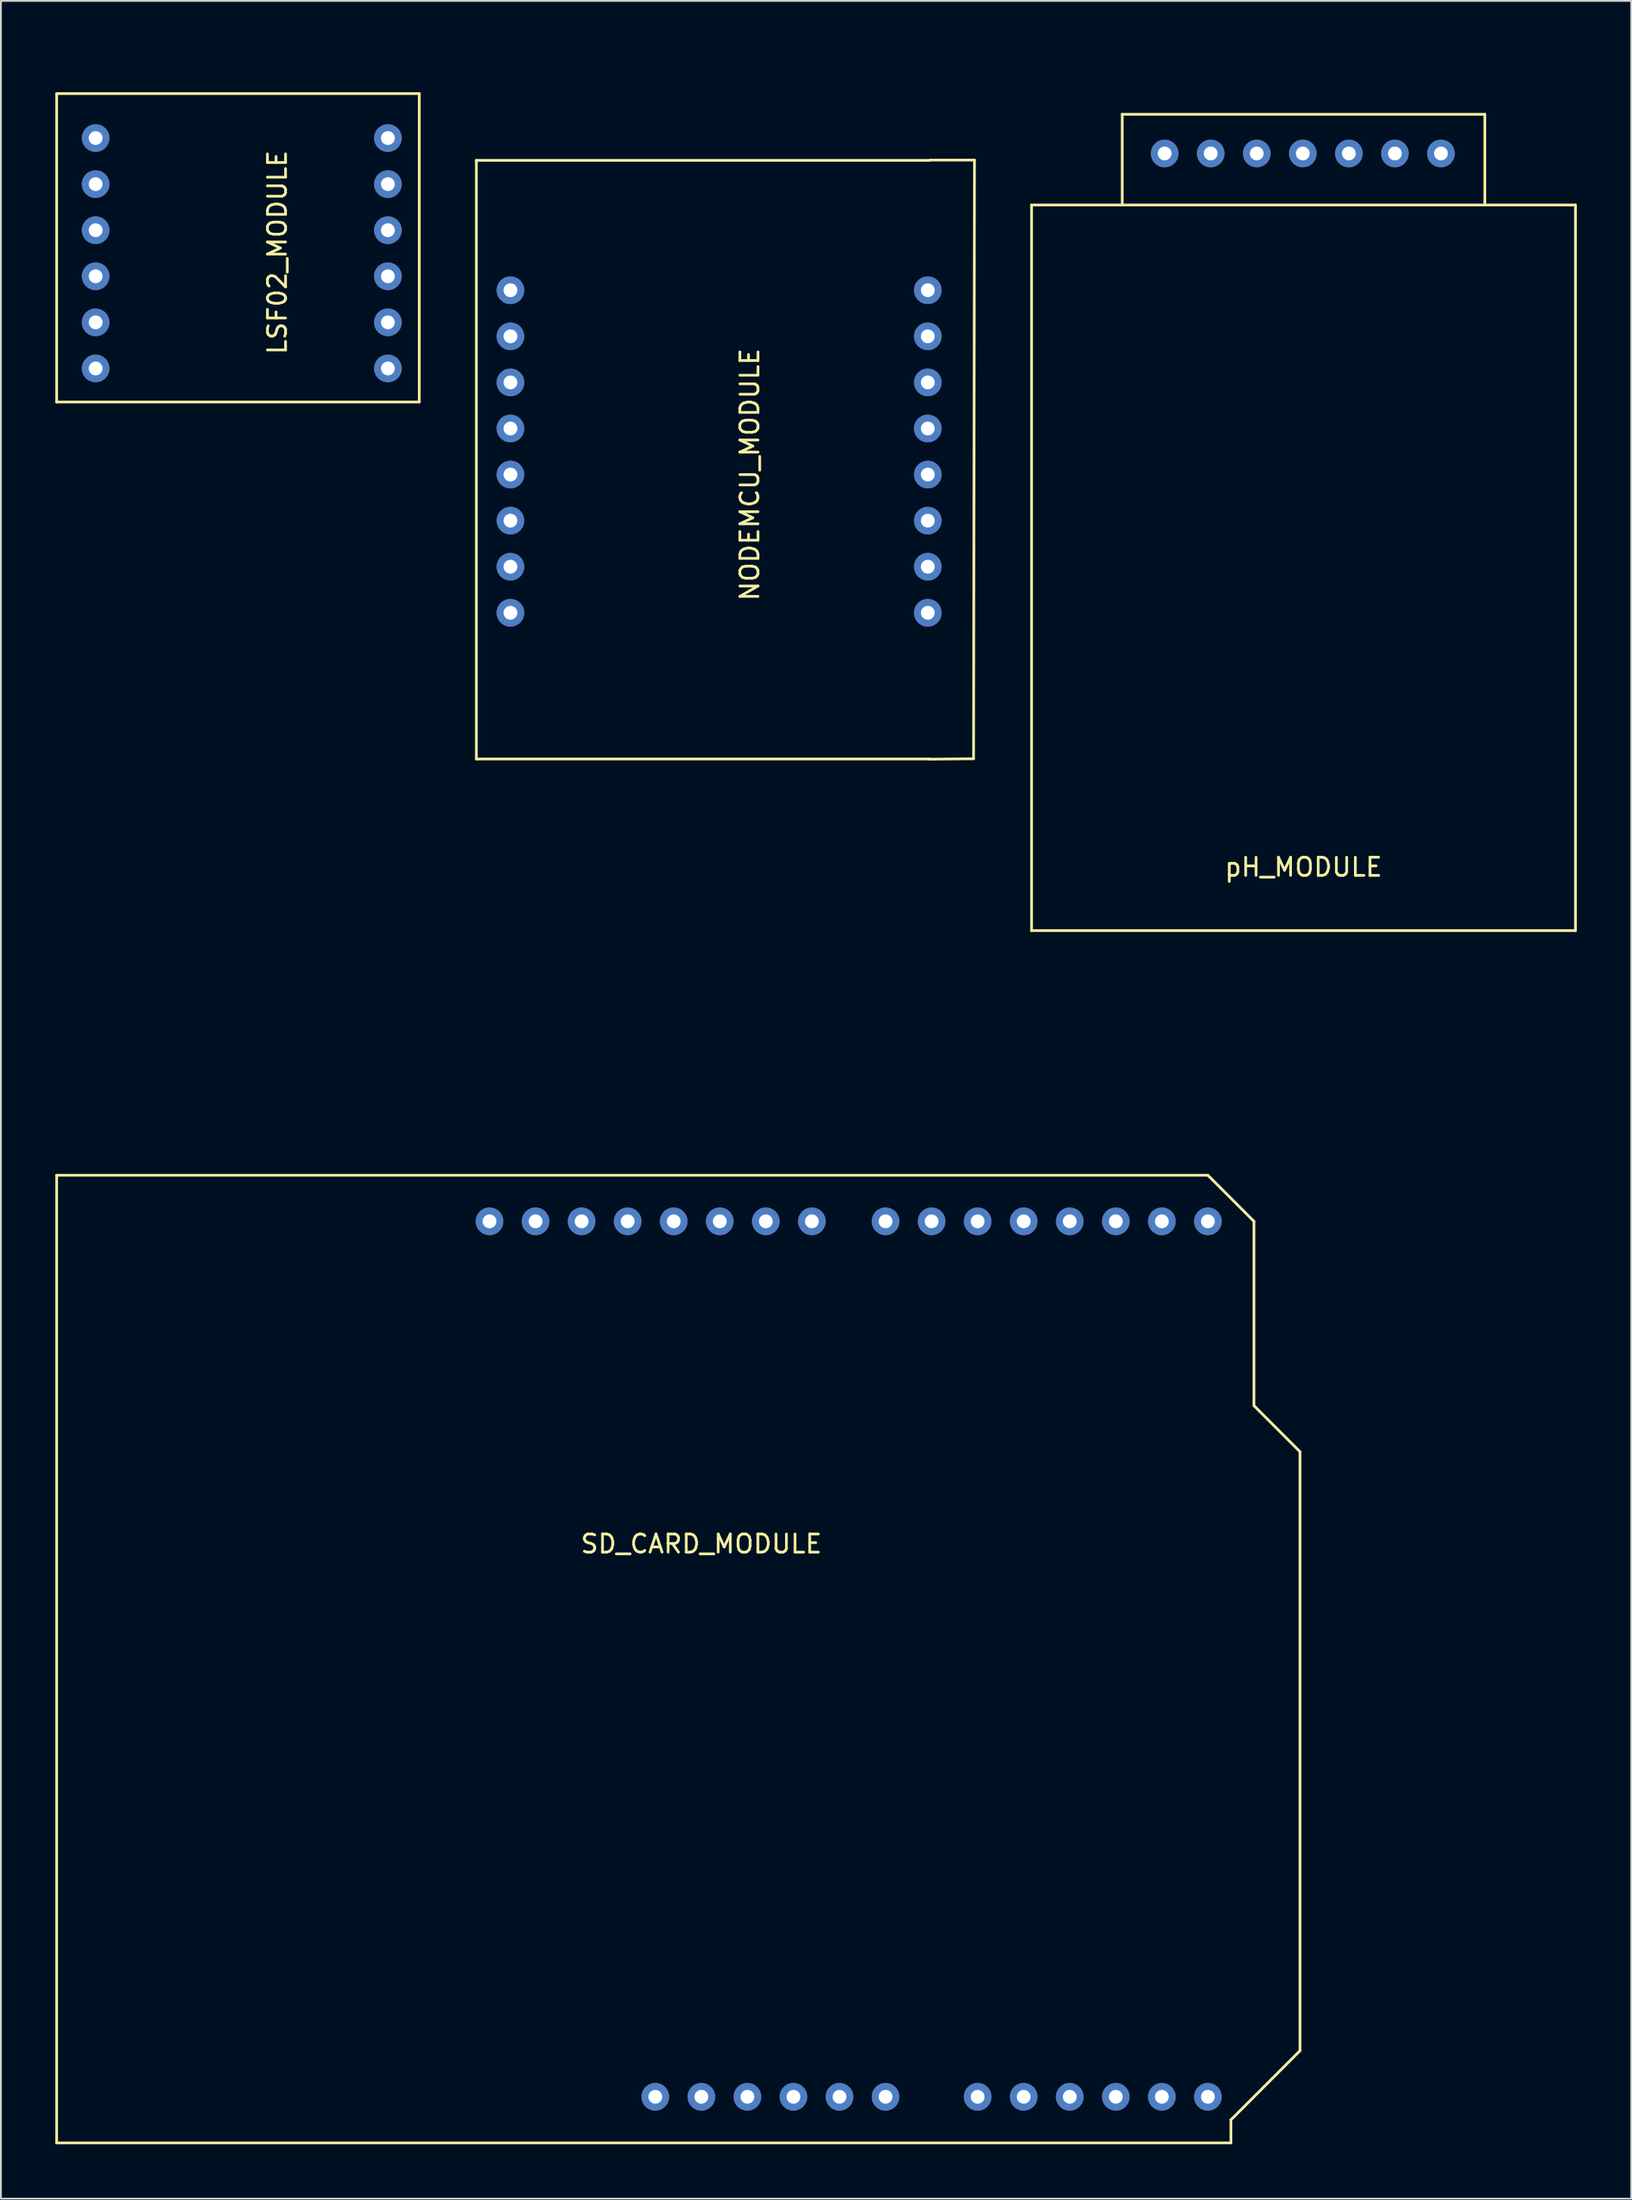
<source format=kicad_pcb>
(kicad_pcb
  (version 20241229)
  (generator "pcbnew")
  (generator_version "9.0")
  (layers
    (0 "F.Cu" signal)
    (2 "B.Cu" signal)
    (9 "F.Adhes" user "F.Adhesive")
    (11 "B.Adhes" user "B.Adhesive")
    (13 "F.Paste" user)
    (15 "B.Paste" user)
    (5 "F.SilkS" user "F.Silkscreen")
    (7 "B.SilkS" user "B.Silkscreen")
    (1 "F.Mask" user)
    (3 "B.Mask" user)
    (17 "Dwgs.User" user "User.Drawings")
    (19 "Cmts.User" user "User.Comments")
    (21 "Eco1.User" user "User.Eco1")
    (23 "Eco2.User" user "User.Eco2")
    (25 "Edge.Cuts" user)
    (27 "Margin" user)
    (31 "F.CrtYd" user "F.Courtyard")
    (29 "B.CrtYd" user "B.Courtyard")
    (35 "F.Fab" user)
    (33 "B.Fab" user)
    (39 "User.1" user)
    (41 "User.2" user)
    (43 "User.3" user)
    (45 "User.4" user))
  (footprint "SD_CARD_MODULE"
    (layer "F.Cu")
    (at 61.035 51.575)
    (property "Reference" "SD_CARD_MODULE" (at -25.4 30.48 0) (layer "F.SilkS") (effects (font (size 1 1) (thickness 0.15))))
    (attr through_hole)
    (fp_line (start -60.96 10.16) (end -60.96 63.5) (stroke (width 0.15) (type solid)) (layer "F.SilkS"))
    (fp_line (start -60.96 10.16) (end 2.54 10.16) (stroke (width 0.15) (type solid)) (layer "F.SilkS"))
    (fp_line (start 2.54 10.16) (end 5.08 12.7) (stroke (width 0.15) (type solid)) (layer "F.SilkS"))
    (fp_line (start 3.81 62.23) (end 3.81 63.5) (stroke (width 0.15) (type solid)) (layer "F.SilkS"))
    (fp_line (start 3.81 63.5) (end -60.96 63.5) (stroke (width 0.15) (type solid)) (layer "F.SilkS"))
    (fp_line (start 5.08 12.7) (end 5.08 22.86) (stroke (width 0.15) (type solid)) (layer "F.SilkS"))
    (fp_line (start 5.08 22.86) (end 7.62 25.4) (stroke (width 0.15) (type solid)) (layer "F.SilkS"))
    (fp_line (start 7.62 25.4) (end 7.62 58.42) (stroke (width 0.15) (type solid)) (layer "F.SilkS"))
    (fp_line (start 7.62 58.42) (end 3.81 62.23) (stroke (width 0.15) (type solid)) (layer "F.SilkS"))
    (pad "0" thru_hole circle (at 2.54 12.7) (size 1.524 1.524) (drill 0.762) (layers "*.Cu" "*.Mask"))
    (pad "1" thru_hole circle (at 0 12.7) (size 1.524 1.524) (drill 0.762) (layers "*.Cu" "*.Mask"))
    (pad "2" thru_hole circle (at -2.54 12.7) (size 1.524 1.524) (drill 0.762) (layers "*.Cu" "*.Mask"))
    (pad "3" thru_hole circle (at -5.08 12.7) (size 1.524 1.524) (drill 0.762) (layers "*.Cu" "*.Mask"))
    (pad "4" thru_hole circle (at -7.62 12.7) (size 1.524 1.524) (drill 0.762) (layers "*.Cu" "*.Mask"))
    (pad "5" thru_hole circle (at -10.16 12.7) (size 1.524 1.524) (drill 0.762) (layers "*.Cu" "*.Mask"))
    (pad "6" thru_hole circle (at -12.7 12.7) (size 1.524 1.524) (drill 0.762) (layers "*.Cu" "*.Mask"))
    (pad "7" thru_hole circle (at -15.24 12.7) (size 1.524 1.524) (drill 0.762) (layers "*.Cu" "*.Mask"))
    (pad "8" thru_hole circle (at -19.304 12.7) (size 1.524 1.524) (drill 0.762) (layers "*.Cu" "*.Mask"))
    (pad "9" thru_hole circle (at -21.844 12.7) (size 1.524 1.524) (drill 0.762) (layers "*.Cu" "*.Mask"))
    (pad "10" thru_hole circle (at -24.384 12.7) (size 1.524 1.524) (drill 0.762) (layers "*.Cu" "*.Mask"))
    (pad "11" thru_hole circle (at -26.924 12.7) (size 1.524 1.524) (drill 0.762) (layers "*.Cu" "*.Mask"))
    (pad "12" thru_hole circle (at -29.464 12.7) (size 1.524 1.524) (drill 0.762) (layers "*.Cu" "*.Mask"))
    (pad "13" thru_hole circle (at -32.004 12.7) (size 1.524 1.524) (drill 0.762) (layers "*.Cu" "*.Mask"))
    (pad "14" thru_hole circle (at -34.544 12.7) (size 1.524 1.524) (drill 0.762) (layers "*.Cu" "*.Mask"))
    (pad "15" thru_hole circle (at -37.084 12.7) (size 1.524 1.524) (drill 0.762) (layers "*.Cu" "*.Mask"))
    (pad "16" thru_hole circle (at -27.94 60.96) (size 1.524 1.524) (drill 0.762) (layers "*.Cu" "*.Mask"))
    (pad "17" thru_hole circle (at -25.4 60.96) (size 1.524 1.524) (drill 0.762) (layers "*.Cu" "*.Mask"))
    (pad "18" thru_hole circle (at -22.86 60.96) (size 1.524 1.524) (drill 0.762) (layers "*.Cu" "*.Mask"))
    (pad "19" thru_hole circle (at -20.32 60.96) (size 1.524 1.524) (drill 0.762) (layers "*.Cu" "*.Mask"))
    (pad "20" thru_hole circle (at -17.78 60.96) (size 1.524 1.524) (drill 0.762) (layers "*.Cu" "*.Mask"))
    (pad "21" thru_hole circle (at -15.24 60.96) (size 1.524 1.524) (drill 0.762) (layers "*.Cu" "*.Mask"))
    (pad "22" thru_hole circle (at -10.16 60.96) (size 1.524 1.524) (drill 0.762) (layers "*.Cu" "*.Mask"))
    (pad "23" thru_hole circle (at -7.62 60.96) (size 1.524 1.524) (drill 0.762) (layers "*.Cu" "*.Mask"))
    (pad "24" thru_hole circle (at -5.08 60.96) (size 1.524 1.524) (drill 0.762) (layers "*.Cu" "*.Mask"))
    (pad "25" thru_hole circle (at -2.54 60.96) (size 1.524 1.524) (drill 0.762) (layers "*.Cu" "*.Mask"))
    (pad "26" thru_hole circle (at 0 60.96) (size 1.524 1.524) (drill 0.762) (layers "*.Cu" "*.Mask"))
    (pad "27" thru_hole circle (at 2.54 60.96) (size 1.524 1.524) (drill 0.762) (layers "*.Cu" "*.Mask")))
  (footprint "pH_MODULE"
    (layer "F.Cu")
    (at 68.85 0.25)
    (property "Reference" "pH_MODULE" (at 0 44.5 0) (layer "F.SilkS") (effects (font (size 1 1) (thickness 0.15))))
    (attr through_hole)
    (fp_line (start -15 8) (end 15 8) (stroke (width 0.15) (type solid)) (layer "F.SilkS"))
    (fp_line (start -15 48) (end -15 8) (stroke (width 0.15) (type solid)) (layer "F.SilkS"))
    (fp_line (start -10 3) (end 10 3) (stroke (width 0.15) (type solid)) (layer "F.SilkS"))
    (fp_line (start -10 8) (end -10 3) (stroke (width 0.15) (type solid)) (layer "F.SilkS"))
    (fp_line (start 10 3) (end 10 8) (stroke (width 0.15) (type solid)) (layer "F.SilkS"))
    (fp_line (start 15 8) (end 15 48) (stroke (width 0.15) (type solid)) (layer "F.SilkS"))
    (fp_line (start 15 48) (end -15 48) (stroke (width 0.15) (type solid)) (layer "F.SilkS"))
    (pad "1" thru_hole circle (at -7.66 5.16) (size 1.524 1.524) (drill 0.762) (layers "*.Cu" "*.Mask"))
    (pad "2" thru_hole circle (at -5.12 5.16) (size 1.524 1.524) (drill 0.762) (layers "*.Cu" "*.Mask"))
    (pad "3" thru_hole circle (at -2.58 5.16) (size 1.524 1.524) (drill 0.762) (layers "*.Cu" "*.Mask"))
    (pad "4" thru_hole circle (at -0.04 5.16) (size 1.524 1.524) (drill 0.762) (layers "*.Cu" "*.Mask"))
    (pad "5" thru_hole circle (at 2.5 5.16) (size 1.524 1.524) (drill 0.762) (layers "*.Cu" "*.Mask"))
    (pad "6" thru_hole circle (at 5.04 5.16) (size 1.524 1.524) (drill 0.762) (layers "*.Cu" "*.Mask"))
    (pad "7" thru_hole circle (at 7.58 5.16) (size 1.524 1.524) (drill 0.762) (layers "*.Cu" "*.Mask")))
  (footprint "LSF02_MODULE"
    (layer "F.Cu")
    (at 10.265 0.25)
    (property "Reference" "LSF02_MODULE" (at 1.98 10.61 90) (layer "F.SilkS") (effects (font (size 1 1) (thickness 0.15))))
    (attr through_hole)
    (fp_line (start -10.19 1.86) (end 9.81 1.86) (stroke (width 0.15) (type solid)) (layer "F.SilkS"))
    (fp_line (start -10.19 18.86) (end -10.19 1.86) (stroke (width 0.15) (type solid)) (layer "F.SilkS"))
    (fp_line (start 9.81 1.86) (end 9.81 18.86) (stroke (width 0.15) (type solid)) (layer "F.SilkS"))
    (fp_line (start 9.81 18.86) (end -10.19 18.86) (stroke (width 0.15) (type solid)) (layer "F.SilkS"))
    (pad "1" thru_hole circle (at -8.04 4.31) (size 1.524 1.524) (drill 0.762) (layers "*.Cu" "*.Mask"))
    (pad "2" thru_hole circle (at -8.04 6.85) (size 1.524 1.524) (drill 0.762) (layers "*.Cu" "*.Mask"))
    (pad "3" thru_hole circle (at -8.04 9.39) (size 1.524 1.524) (drill 0.762) (layers "*.Cu" "*.Mask"))
    (pad "4" thru_hole circle (at -8.04 11.93) (size 1.524 1.524) (drill 0.762) (layers "*.Cu" "*.Mask"))
    (pad "5" thru_hole circle (at -8.04 14.47) (size 1.524 1.524) (drill 0.762) (layers "*.Cu" "*.Mask"))
    (pad "6" thru_hole circle (at -8.04 17.01) (size 1.524 1.524) (drill 0.762) (layers "*.Cu" "*.Mask"))
    (pad "7" thru_hole circle (at 8.08 17.01) (size 1.524 1.524) (drill 0.762) (layers "*.Cu" "*.Mask"))
    (pad "8" thru_hole circle (at 8.08 14.47) (size 1.524 1.524) (drill 0.762) (layers "*.Cu" "*.Mask"))
    (pad "9" thru_hole circle (at 8.08 11.93) (size 1.524 1.524) (drill 0.762) (layers "*.Cu" "*.Mask"))
    (pad "10" thru_hole circle (at 8.08 9.39) (size 1.524 1.524) (drill 0.762) (layers "*.Cu" "*.Mask"))
    (pad "11" thru_hole circle (at 8.08 6.85) (size 1.524 1.524) (drill 0.762) (layers "*.Cu" "*.Mask"))
    (pad "12" thru_hole circle (at 8.08 4.31) (size 1.524 1.524) (drill 0.762) (layers "*.Cu" "*.Mask")))
  (footprint "NODEMCU_MODULE"
    (layer "F.Cu")
    (at 33.225 0.25)
    (property "Reference" "NODEMCU_MODULE" (at 5.08 22.86 90) (layer "F.SilkS") (effects (font (size 1 1) (thickness 0.15))))
    (attr through_hole)
    (fp_line (start -10 5.54) (end -10 38.54) (stroke (width 0.15) (type solid)) (layer "F.SilkS"))
    (fp_line (start -10 38.54) (end 15 38.54) (stroke (width 0.15) (type solid)) (layer "F.SilkS"))
    (fp_line (start 15 5.54) (end -10 5.54) (stroke (width 0.15) (type solid)) (layer "F.SilkS"))
    (fp_line (start 15.025 5.525) (end 17.475 5.525) (stroke (width 0.15) (type solid)) (layer "F.SilkS"))
    (fp_line (start 17.425 38.525) (end 14.95 38.55) (stroke (width 0.15) (type solid)) (layer "F.SilkS"))
    (fp_line (start 17.475 5.525) (end 17.425 38.525) (stroke (width 0.15) (type solid)) (layer "F.SilkS"))
    (pad "1" thru_hole circle (at -8.12 12.7) (size 1.524 1.524) (drill 0.762) (layers "*.Cu" "*.Mask"))
    (pad "2" thru_hole circle (at -8.12 15.24) (size 1.524 1.524) (drill 0.762) (layers "*.Cu" "*.Mask"))
    (pad "3" thru_hole circle (at -8.12 17.78) (size 1.524 1.524) (drill 0.762) (layers "*.Cu" "*.Mask"))
    (pad "4" thru_hole circle (at -8.12 20.32) (size 1.524 1.524) (drill 0.762) (layers "*.Cu" "*.Mask"))
    (pad "5" thru_hole circle (at -8.12 22.86) (size 1.524 1.524) (drill 0.762) (layers "*.Cu" "*.Mask"))
    (pad "6" thru_hole circle (at -8.12 25.4) (size 1.524 1.524) (drill 0.762) (layers "*.Cu" "*.Mask"))
    (pad "7" thru_hole circle (at -8.12 27.94) (size 1.524 1.524) (drill 0.762) (layers "*.Cu" "*.Mask"))
    (pad "8" thru_hole circle (at -8.12 30.48) (size 1.524 1.524) (drill 0.762) (layers "*.Cu" "*.Mask"))
    (pad "9" thru_hole circle (at 14.9 30.48) (size 1.524 1.524) (drill 0.762) (layers "*.Cu" "*.Mask"))
    (pad "10" thru_hole circle (at 14.9 27.94) (size 1.524 1.524) (drill 0.762) (layers "*.Cu" "*.Mask"))
    (pad "11" thru_hole circle (at 14.9 25.4) (size 1.524 1.524) (drill 0.762) (layers "*.Cu" "*.Mask"))
    (pad "12" thru_hole circle (at 14.9 22.86) (size 1.524 1.524) (drill 0.762) (layers "*.Cu" "*.Mask"))
    (pad "13" thru_hole circle (at 14.9 20.32) (size 1.524 1.524) (drill 0.762) (layers "*.Cu" "*.Mask"))
    (pad "14" thru_hole circle (at 14.9 17.78) (size 1.524 1.524) (drill 0.762) (layers "*.Cu" "*.Mask"))
    (pad "15" thru_hole circle (at 14.9 15.24) (size 1.524 1.524) (drill 0.762) (layers "*.Cu" "*.Mask"))
    (pad "16" thru_hole circle (at 14.9 12.7) (size 1.524 1.524) (drill 0.762) (layers "*.Cu" "*.Mask")))
  (gr_rect
    (start -3 -3)
    (end 86.925 118.15)
    (stroke (width 0.1) (type default))
    (fill no)
    (layer "Edge.Cuts")))
</source>
